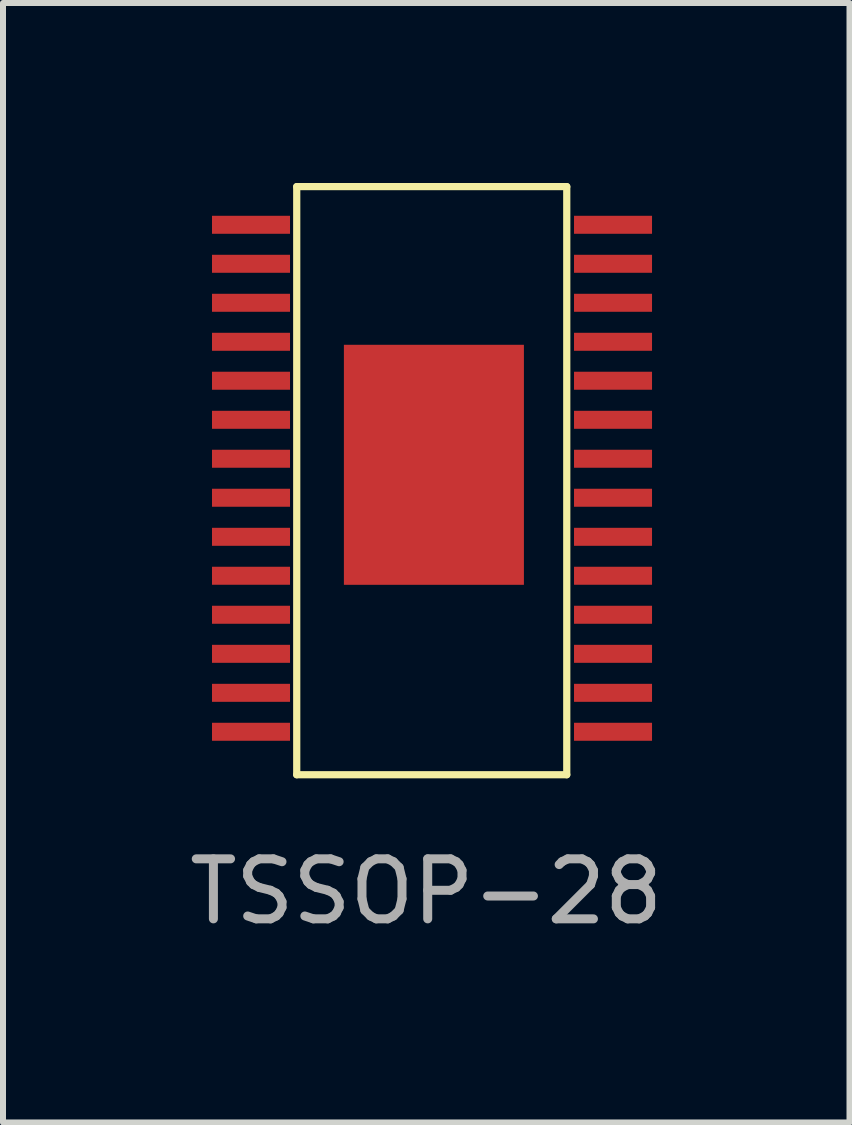
<source format=kicad_pcb>
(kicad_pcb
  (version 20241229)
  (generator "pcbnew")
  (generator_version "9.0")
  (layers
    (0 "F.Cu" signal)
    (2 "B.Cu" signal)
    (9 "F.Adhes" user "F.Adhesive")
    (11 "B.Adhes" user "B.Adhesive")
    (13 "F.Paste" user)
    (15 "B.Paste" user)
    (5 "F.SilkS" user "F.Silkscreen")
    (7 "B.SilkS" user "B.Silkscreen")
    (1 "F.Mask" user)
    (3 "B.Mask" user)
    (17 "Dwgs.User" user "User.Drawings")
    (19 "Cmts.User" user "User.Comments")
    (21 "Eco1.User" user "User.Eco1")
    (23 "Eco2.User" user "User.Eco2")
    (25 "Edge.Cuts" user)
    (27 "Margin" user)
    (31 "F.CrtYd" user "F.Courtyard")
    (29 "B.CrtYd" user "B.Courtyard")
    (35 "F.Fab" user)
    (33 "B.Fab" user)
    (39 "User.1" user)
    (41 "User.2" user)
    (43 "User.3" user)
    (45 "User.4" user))
  (footprint "TSSOP-28"
    (layer "F.Cu")
    (at 3.927 4.696)
    (property "Reference" "TSSOP-28" (at 0.127 7.112 0) (layer "F.Fab") (effects (font (size 1 1) (thickness 0.15))))
    (attr smd)
    (fp_line (start -2.032 -4.636) (end 2.468 -4.636) (stroke (width 0.12) (type solid)) (layer "F.SilkS"))
    (fp_line (start -2.032 5.165) (end -2.032 -4.636) (stroke (width 0.12) (type solid)) (layer "F.SilkS"))
    (fp_line (start 2.468 -4.636) (end 2.468 5.165) (stroke (width 0.12) (type solid)) (layer "F.SilkS"))
    (fp_line (start 2.468 5.165) (end -2.032 5.165) (stroke (width 0.12) (type solid)) (layer "F.SilkS"))
    (pad "1" smd rect (at -2.794 -4 90) (size 0.3 1.3) (layers "F.Cu" "F.Mask" "F.Paste"))
    (pad "2" smd rect (at -2.794 -3.35 90) (size 0.3 1.3) (layers "F.Cu" "F.Mask" "F.Paste"))
    (pad "3" smd rect (at -2.794 -2.7 90) (size 0.3 1.3) (layers "F.Cu" "F.Mask" "F.Paste"))
    (pad "4" smd rect (at -2.794 -2.05 90) (size 0.3 1.3) (layers "F.Cu" "F.Mask" "F.Paste"))
    (pad "5" smd rect (at -2.794 -1.401 90) (size 0.3 1.3) (layers "F.Cu" "F.Mask" "F.Paste"))
    (pad "6" smd rect (at -2.794 -0.75 90) (size 0.3 1.3) (layers "F.Cu" "F.Mask" "F.Paste"))
    (pad "7" smd rect (at -2.794 -0.101 90) (size 0.3 1.3) (layers "F.Cu" "F.Mask" "F.Paste"))
    (pad "8" smd rect (at -2.794 0.549 90) (size 0.3 1.3) (layers "F.Cu" "F.Mask" "F.Paste"))
    (pad "9" smd rect (at -2.794 1.2 90) (size 0.3 1.3) (layers "F.Cu" "F.Mask" "F.Paste"))
    (pad "10" smd rect (at -2.794 1.849 90) (size 0.3 1.3) (layers "F.Cu" "F.Mask" "F.Paste"))
    (pad "11" smd rect (at -2.794 2.499 90) (size 0.3 1.3) (layers "F.Cu" "F.Mask" "F.Paste"))
    (pad "12" smd rect (at -2.794 3.15 90) (size 0.3 1.3) (layers "F.Cu" "F.Mask" "F.Paste"))
    (pad "13" smd rect (at -2.794 3.8 90) (size 0.3 1.3) (layers "F.Cu" "F.Mask" "F.Paste"))
    (pad "14" smd rect (at -2.794 4.449 90) (size 0.3 1.3) (layers "F.Cu" "F.Mask" "F.Paste"))
    (pad "15" smd rect (at 3.239 4.449 90) (size 0.3 1.3) (layers "F.Cu" "F.Mask" "F.Paste"))
    (pad "16" smd rect (at 3.239 3.8 90) (size 0.3 1.3) (layers "F.Cu" "F.Mask" "F.Paste"))
    (pad "17" smd rect (at 3.239 3.15 90) (size 0.3 1.3) (layers "F.Cu" "F.Mask" "F.Paste"))
    (pad "18" smd rect (at 3.239 2.499 90) (size 0.3 1.3) (layers "F.Cu" "F.Mask" "F.Paste"))
    (pad "19" smd rect (at 3.239 1.849 90) (size 0.3 1.3) (layers "F.Cu" "F.Mask" "F.Paste"))
    (pad "20" smd rect (at 3.239 1.2 90) (size 0.3 1.3) (layers "F.Cu" "F.Mask" "F.Paste"))
    (pad "21" smd rect (at 3.239 0.549 90) (size 0.3 1.3) (layers "F.Cu" "F.Mask" "F.Paste"))
    (pad "22" smd rect (at 3.239 -0.101 90) (size 0.3 1.3) (layers "F.Cu" "F.Mask" "F.Paste"))
    (pad "23" smd rect (at 3.239 -0.75 90) (size 0.3 1.3) (layers "F.Cu" "F.Mask" "F.Paste"))
    (pad "24" smd rect (at 3.239 -1.401 90) (size 0.3 1.3) (layers "F.Cu" "F.Mask" "F.Paste"))
    (pad "25" smd rect (at 3.239 -2.05 90) (size 0.3 1.3) (layers "F.Cu" "F.Mask" "F.Paste"))
    (pad "26" smd rect (at 3.239 -2.7 90) (size 0.3 1.3) (layers "F.Cu" "F.Mask" "F.Paste"))
    (pad "27" smd rect (at 3.239 -3.35 90) (size 0.3 1.3) (layers "F.Cu" "F.Mask" "F.Paste"))
    (pad "28" smd rect (at 3.239 -4 90) (size 0.3 1.3) (layers "F.Cu" "F.Mask" "F.Paste"))
    (pad "29" smd rect (at 0.254 0) (size 3 4) (layers "F.Cu" "F.Mask" "F.Paste")))
  (gr_rect
    (start -3 -3)
    (end 11.107 15.656)
    (stroke (width 0.1) (type default))
    (fill no)
    (layer "Edge.Cuts")))
</source>
